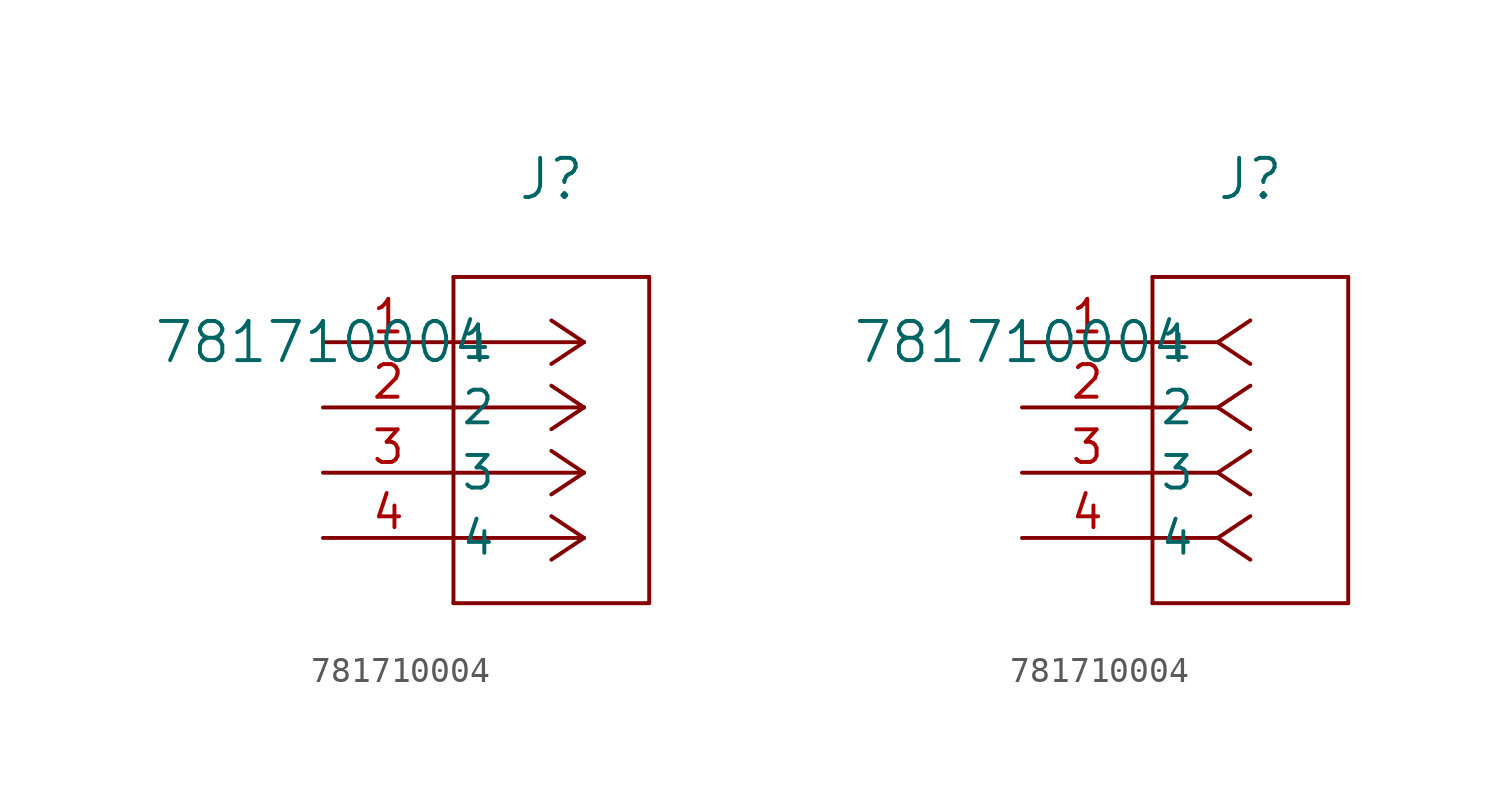
<source format=kicad_sym>
(kicad_symbol_lib
  (version 20211014)
  (generator kicad_symbol_editor)
  (symbol "781710004"
    (pin_names
      (offset 0.254))
    (property "Reference" "J"
      (at 8.89 6.35 0)
      (effects (font (size 1.524 1.524))))
    (property "Value" "781710004"
      (at 0 0 0)
      (effects (font (size 1.524 1.524))))
    (symbol "781710004_1_1"
      (polyline (pts (xy 10.16 0) (xy 5.08 0)) (stroke (width 0) (type default) (color 0 0 0 0)) (fill (type none)))
      (polyline (pts (xy 10.16 -2.54) (xy 5.08 -2.54)) (stroke (width 0) (type default) (color 0 0 0 0)) (fill (type none)))
      (polyline (pts (xy 10.16 -5.08) (xy 5.08 -5.08)) (stroke (width 0) (type default) (color 0 0 0 0)) (fill (type none)))
      (polyline (pts (xy 10.16 -7.62) (xy 5.08 -7.62)) (stroke (width 0) (type default) (color 0 0 0 0)) (fill (type none)))
      (polyline (pts (xy 10.16 0) (xy 8.89 0.847)) (stroke (width 0) (type default) (color 0 0 0 0)) (fill (type none)))
      (polyline (pts (xy 10.16 -2.54) (xy 8.89 -1.693)) (stroke (width 0) (type default) (color 0 0 0 0)) (fill (type none)))
      (polyline (pts (xy 10.16 -5.08) (xy 8.89 -4.233)) (stroke (width 0) (type default) (color 0 0 0 0)) (fill (type none)))
      (polyline (pts (xy 10.16 -7.62) (xy 8.89 -6.773)) (stroke (width 0) (type default) (color 0 0 0 0)) (fill (type none)))
      (polyline (pts (xy 10.16 0) (xy 8.89 -0.847)) (stroke (width 0) (type default) (color 0 0 0 0)) (fill (type none)))
      (polyline (pts (xy 10.16 -2.54) (xy 8.89 -3.387)) (stroke (width 0) (type default) (color 0 0 0 0)) (fill (type none)))
      (polyline (pts (xy 10.16 -5.08) (xy 8.89 -5.927)) (stroke (width 0) (type default) (color 0 0 0 0)) (fill (type none)))
      (polyline (pts (xy 10.16 -7.62) (xy 8.89 -8.467)) (stroke (width 0) (type default) (color 0 0 0 0)) (fill (type none)))
      (polyline (pts (xy 5.08 2.54) (xy 5.08 -10.16)) (stroke (width 0) (type default) (color 0 0 0 0)) (fill (type none)))
      (polyline (pts (xy 5.08 -10.16) (xy 12.7 -10.16)) (stroke (width 0) (type default) (color 0 0 0 0)) (fill (type none)))
      (polyline (pts (xy 12.7 -10.16) (xy 12.7 2.54)) (stroke (width 0) (type default) (color 0 0 0 0)) (fill (type none)))
      (polyline (pts (xy 12.7 2.54) (xy 5.08 2.54)) (stroke (width 0) (type default) (color 0 0 0 0)) (fill (type none)))
      (pin unspecified line (at 0 0 0) (length 5.08) (name "1" (effects (font (size 1.27 1.27)))) (number "1" (effects (font (size 1.27 1.27)))))
      (pin unspecified line (at 0 -2.54 0) (length 5.08) (name "2" (effects (font (size 1.27 1.27)))) (number "2" (effects (font (size 1.27 1.27)))))
      (pin unspecified line (at 0 -5.08 0) (length 5.08) (name "3" (effects (font (size 1.27 1.27)))) (number "3" (effects (font (size 1.27 1.27)))))
      (pin unspecified line (at 0 -7.62 0) (length 5.08) (name "4" (effects (font (size 1.27 1.27)))) (number "4" (effects (font (size 1.27 1.27))))))
    (symbol "781710004_1_2"
      (polyline (pts (xy 7.62 0) (xy 5.08 0)) (stroke (width 0) (type default) (color 0 0 0 0)) (fill (type none)))
      (polyline (pts (xy 7.62 -2.54) (xy 5.08 -2.54)) (stroke (width 0) (type default) (color 0 0 0 0)) (fill (type none)))
      (polyline (pts (xy 7.62 -5.08) (xy 5.08 -5.08)) (stroke (width 0) (type default) (color 0 0 0 0)) (fill (type none)))
      (polyline (pts (xy 7.62 -7.62) (xy 5.08 -7.62)) (stroke (width 0) (type default) (color 0 0 0 0)) (fill (type none)))
      (polyline (pts (xy 7.62 0) (xy 8.89 0.847)) (stroke (width 0) (type default) (color 0 0 0 0)) (fill (type none)))
      (polyline (pts (xy 7.62 -2.54) (xy 8.89 -1.693)) (stroke (width 0) (type default) (color 0 0 0 0)) (fill (type none)))
      (polyline (pts (xy 7.62 -5.08) (xy 8.89 -4.233)) (stroke (width 0) (type default) (color 0 0 0 0)) (fill (type none)))
      (polyline (pts (xy 7.62 -7.62) (xy 8.89 -6.773)) (stroke (width 0) (type default) (color 0 0 0 0)) (fill (type none)))
      (polyline (pts (xy 7.62 0) (xy 8.89 -0.847)) (stroke (width 0) (type default) (color 0 0 0 0)) (fill (type none)))
      (polyline (pts (xy 7.62 -2.54) (xy 8.89 -3.387)) (stroke (width 0) (type default) (color 0 0 0 0)) (fill (type none)))
      (polyline (pts (xy 7.62 -5.08) (xy 8.89 -5.927)) (stroke (width 0) (type default) (color 0 0 0 0)) (fill (type none)))
      (polyline (pts (xy 7.62 -7.62) (xy 8.89 -8.467)) (stroke (width 0) (type default) (color 0 0 0 0)) (fill (type none)))
      (polyline (pts (xy 5.08 2.54) (xy 5.08 -10.16)) (stroke (width 0) (type default) (color 0 0 0 0)) (fill (type none)))
      (polyline (pts (xy 5.08 -10.16) (xy 12.7 -10.16)) (stroke (width 0) (type default) (color 0 0 0 0)) (fill (type none)))
      (polyline (pts (xy 12.7 -10.16) (xy 12.7 2.54)) (stroke (width 0) (type default) (color 0 0 0 0)) (fill (type none)))
      (polyline (pts (xy 12.7 2.54) (xy 5.08 2.54)) (stroke (width 0) (type default) (color 0 0 0 0)) (fill (type none)))
      (pin unspecified line (at 0 0 0) (length 5.08) (name "1" (effects (font (size 1.27 1.27)))) (number "1" (effects (font (size 1.27 1.27)))))
      (pin unspecified line (at 0 -2.54 0) (length 5.08) (name "2" (effects (font (size 1.27 1.27)))) (number "2" (effects (font (size 1.27 1.27)))))
      (pin unspecified line (at 0 -5.08 0) (length 5.08) (name "3" (effects (font (size 1.27 1.27)))) (number "3" (effects (font (size 1.27 1.27)))))
      (pin unspecified line (at 0 -7.62 0) (length 5.08) (name "4" (effects (font (size 1.27 1.27)))) (number "4" (effects (font (size 1.27 1.27))))))))
</source>
